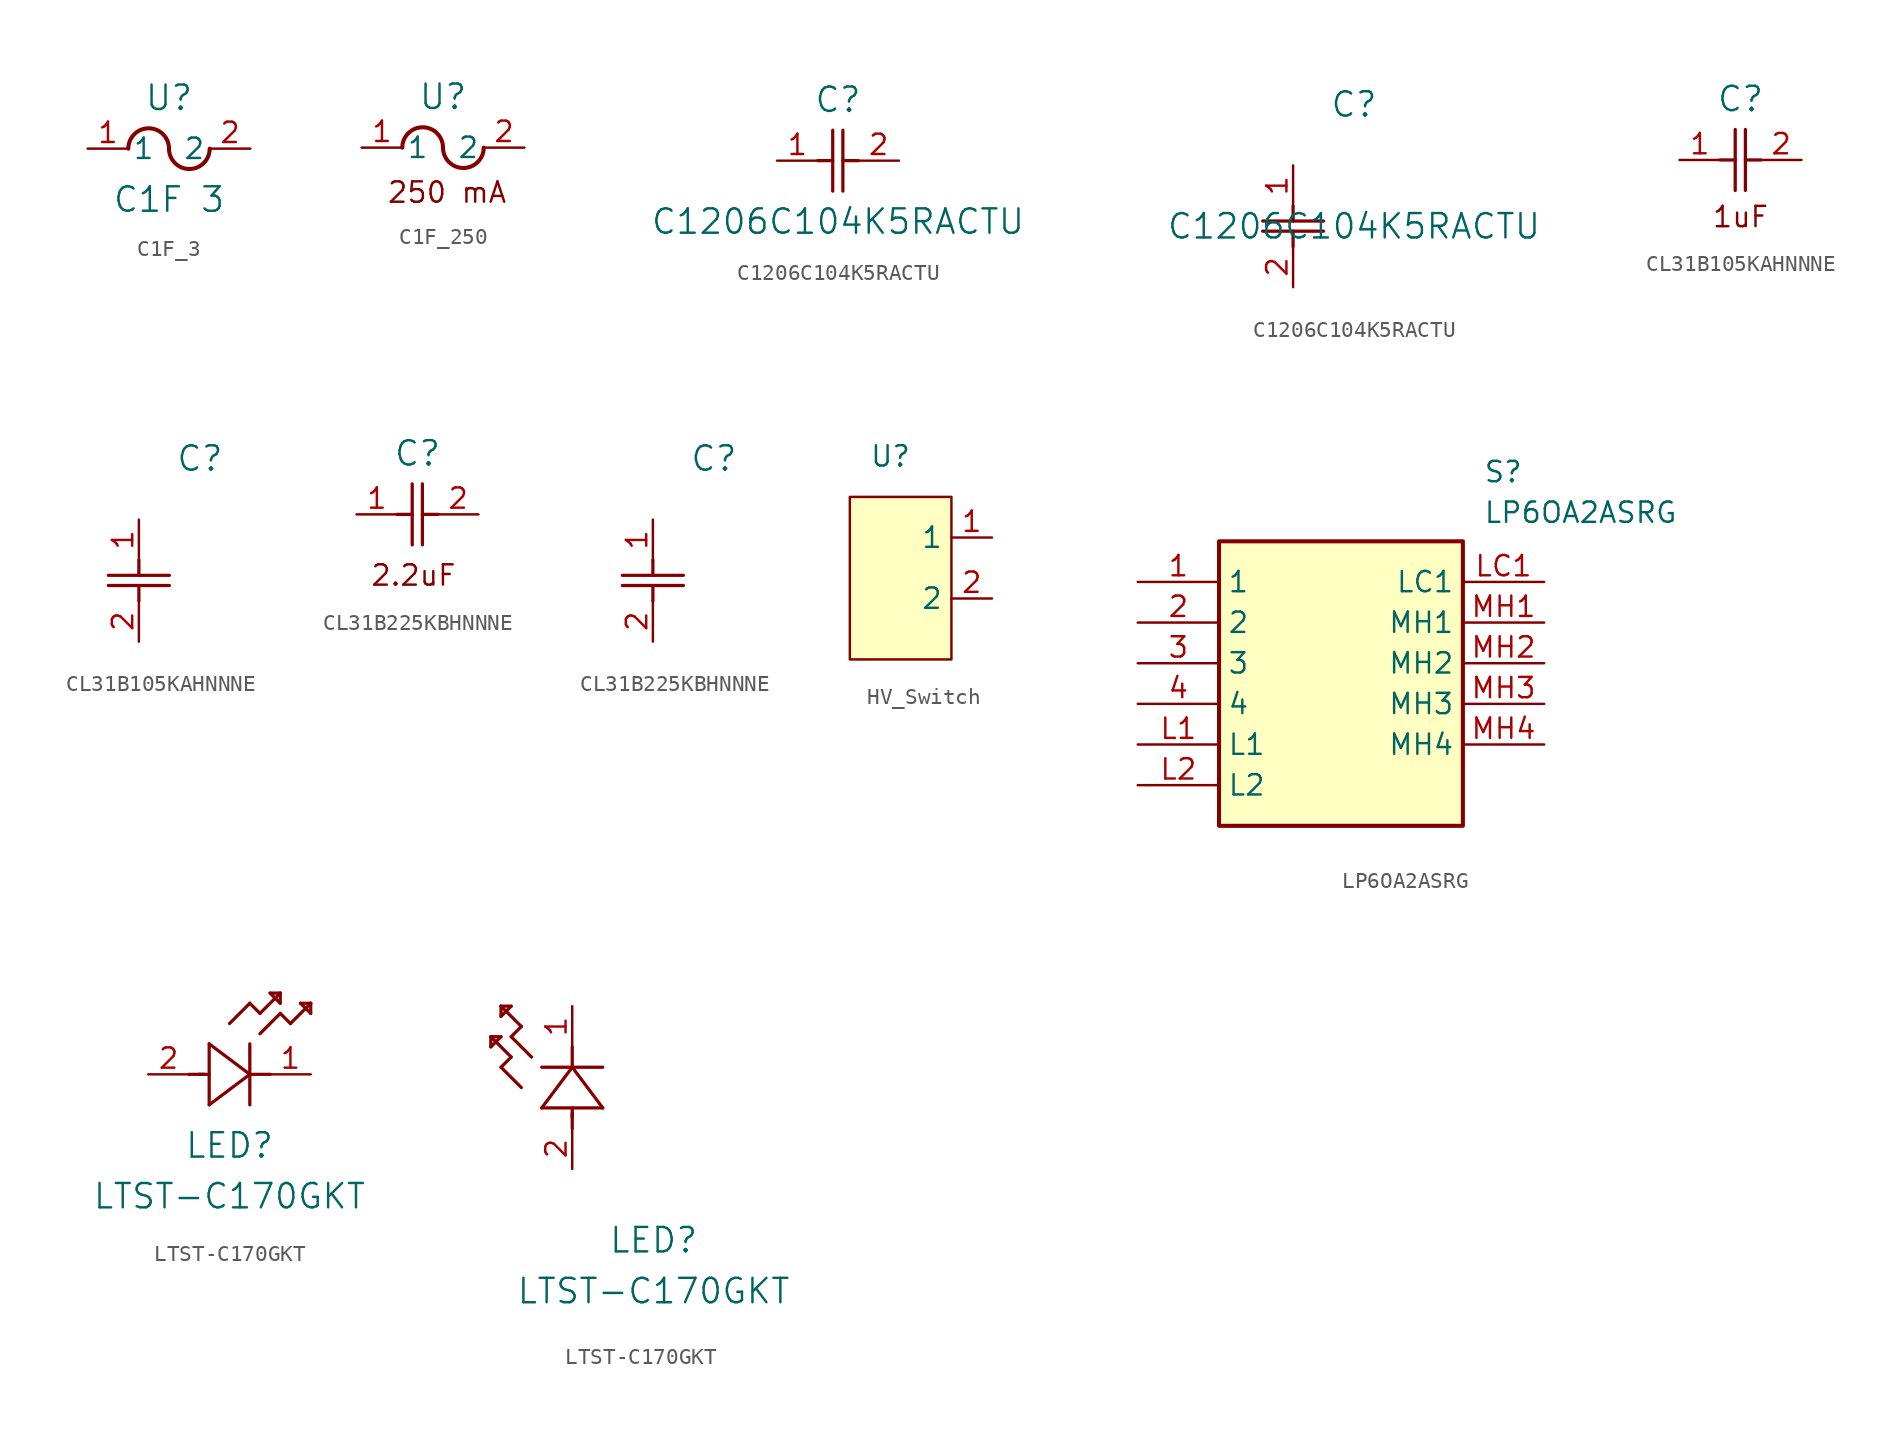
<source format=kicad_sym>
(kicad_symbol_lib
  (version 20241209)
  (generator "kicad_symbol_editor")
  (generator_version "9.0")
  (symbol "C1F_3"
    (pin_names
      (offset 0.254))
    (property "Reference" "U"
      (at 5.08 3.175 0)
      (effects (font (size 1.524 1.524))))
    (property "Value" "C1F 3"
      (at 5.08 -3.175 0)
      (effects (font (size 1.524 1.524))))
    (property "ki_locked" ""
      (at 0 0 0)
      (effects (font (size 1.27 1.27))))
    (symbol "C1F_3_0_1"
      (arc (start 2.54 0) (mid 3.81 1.2645) (end 5.08 0) (stroke (width 0.254) (type default)) (fill (type none)))
      (arc (start 7.62 0) (mid 6.35 -1.2645) (end 5.08 0) (stroke (width 0.254) (type default)) (fill (type none)))
      (pin unspecified line (at 0 0 0) (length 2.54) (name "1" (effects (font (size 1.27 1.27)))) (number "1" (effects (font (size 1.27 1.27)))))
      (pin unspecified line (at 10.16 0 180) (length 2.54) (name "2" (effects (font (size 1.27 1.27)))) (number "2" (effects (font (size 1.27 1.27)))))))
  (symbol "C1F_250"
    (pin_names
      (offset 0.254))
    (property "Reference" "U"
      (at 5.08 3.175 0)
      (effects (font (size 1.524 1.524))))
    (symbol "C1F_250_0_1"
      (arc (start 2.54 0) (mid 3.81 1.2645) (end 5.08 0) (stroke (width 0.254) (type default)) (fill (type none)))
      (arc (start 7.62 0) (mid 6.35 -1.2645) (end 5.08 0) (stroke (width 0.254) (type default)) (fill (type none)))
      (pin unspecified line (at 0 0 0) (length 2.54) (name "1" (effects (font (size 1.27 1.27)))) (number "1" (effects (font (size 1.27 1.27)))))
      (pin unspecified line (at 10.16 0 180) (length 2.54) (name "2" (effects (font (size 1.27 1.27)))) (number "2" (effects (font (size 1.27 1.27))))))
    (symbol "C1F_250_1_1"
      (text "250 mA" (at 5.334 -2.794 0) (effects (font (size 1.27 1.27))))))
  (symbol "C1206C104K5RACTU"
    (pin_names
      (offset 0.254))
    (property "Reference" "C"
      (at 3.81 3.81 0)
      (effects (font (size 1.524 1.524))))
    (property "Value" "C1206C104K5RACTU"
      (at 3.81 -3.81 0)
      (effects (font (size 1.524 1.524))))
    (symbol "C1206C104K5RACTU_1_1"
      (polyline (pts (xy 2.54 0) (xy 3.48 0)) (stroke (width 0.203) (type default)) (fill (type none)))
      (polyline (pts (xy 3.48 -1.905) (xy 3.48 1.905)) (stroke (width 0.203) (type default)) (fill (type none)))
      (polyline (pts (xy 4.115 0) (xy 5.08 0)) (stroke (width 0.203) (type default)) (fill (type none)))
      (polyline (pts (xy 4.115 -1.905) (xy 4.115 1.905)) (stroke (width 0.203) (type default)) (fill (type none)))
      (pin unspecified line (at 0 0 0) (length 2.54) (name "" (effects (font (size 1.27 1.27)))) (number "1" (effects (font (size 1.27 1.27)))))
      (pin unspecified line (at 7.62 0 180) (length 2.54) (name "" (effects (font (size 1.27 1.27)))) (number "2" (effects (font (size 1.27 1.27))))))
    (symbol "C1206C104K5RACTU_1_2"
      (polyline (pts (xy -1.905 -3.48) (xy 1.905 -3.48)) (stroke (width 0.203) (type default)) (fill (type none)))
      (polyline (pts (xy -1.905 -4.115) (xy 1.905 -4.115)) (stroke (width 0.203) (type default)) (fill (type none)))
      (polyline (pts (xy 0 -2.54) (xy 0 -3.48)) (stroke (width 0.203) (type default)) (fill (type none)))
      (polyline (pts (xy 0 -4.115) (xy 0 -5.08)) (stroke (width 0.203) (type default)) (fill (type none)))
      (pin unspecified line (at 0 0 270) (length 2.54) (name "" (effects (font (size 1.27 1.27)))) (number "1" (effects (font (size 1.27 1.27)))))
      (pin unspecified line (at 0 -7.62 90) (length 2.54) (name "" (effects (font (size 1.27 1.27)))) (number "2" (effects (font (size 1.27 1.27)))))))
  (symbol "CL31B105KAHNNNE"
    (pin_names
      (offset 0.254))
    (property "Reference" "C"
      (at 3.81 3.81 0)
      (effects (font (size 1.524 1.524))))
    (symbol "CL31B105KAHNNNE_1_1"
      (polyline (pts (xy 2.54 0) (xy 3.48 0)) (stroke (width 0.203) (type default)) (fill (type none)))
      (polyline (pts (xy 3.48 -1.905) (xy 3.48 1.905)) (stroke (width 0.203) (type default)) (fill (type none)))
      (polyline (pts (xy 4.115 0) (xy 5.08 0)) (stroke (width 0.203) (type default)) (fill (type none)))
      (polyline (pts (xy 4.115 -1.905) (xy 4.115 1.905)) (stroke (width 0.203) (type default)) (fill (type none)))
      (text "1uF\n" (at 3.81 -3.556 0) (effects (font (size 1.27 1.27))))
      (pin unspecified line (at 0 0 0) (length 2.54) (name "" (effects (font (size 1.27 1.27)))) (number "1" (effects (font (size 1.27 1.27)))))
      (pin unspecified line (at 7.62 0 180) (length 2.54) (name "" (effects (font (size 1.27 1.27)))) (number "2" (effects (font (size 1.27 1.27))))))
    (symbol "CL31B105KAHNNNE_1_2"
      (polyline (pts (xy -1.905 -3.48) (xy 1.905 -3.48)) (stroke (width 0.203) (type default)) (fill (type none)))
      (polyline (pts (xy -1.905 -4.115) (xy 1.905 -4.115)) (stroke (width 0.203) (type default)) (fill (type none)))
      (polyline (pts (xy 0 -2.54) (xy 0 -3.48)) (stroke (width 0.203) (type default)) (fill (type none)))
      (polyline (pts (xy 0 -4.115) (xy 0 -5.08)) (stroke (width 0.203) (type default)) (fill (type none)))
      (pin unspecified line (at 0 0 270) (length 2.54) (name "" (effects (font (size 1.27 1.27)))) (number "1" (effects (font (size 1.27 1.27)))))
      (pin unspecified line (at 0 -7.62 90) (length 2.54) (name "" (effects (font (size 1.27 1.27)))) (number "2" (effects (font (size 1.27 1.27)))))))
  (symbol "CL31B225KBHNNNE"
    (pin_names
      (offset 0.254))
    (property "Reference" "C"
      (at 3.81 3.81 0)
      (effects (font (size 1.524 1.524))))
    (property "ki_locked" ""
      (at 0 0 0)
      (effects (font (size 1.27 1.27))))
    (symbol "CL31B225KBHNNNE_1_1"
      (polyline (pts (xy 2.54 0) (xy 3.48 0)) (stroke (width 0.203) (type default)) (fill (type none)))
      (polyline (pts (xy 3.48 -1.905) (xy 3.48 1.905)) (stroke (width 0.203) (type default)) (fill (type none)))
      (polyline (pts (xy 4.115 0) (xy 5.08 0)) (stroke (width 0.203) (type default)) (fill (type none)))
      (polyline (pts (xy 4.115 -1.905) (xy 4.115 1.905)) (stroke (width 0.203) (type default)) (fill (type none)))
      (text "2.2uF" (at 3.556 -3.81 0) (effects (font (size 1.27 1.27))))
      (pin unspecified line (at 0 0 0) (length 2.54) (name "" (effects (font (size 1.27 1.27)))) (number "1" (effects (font (size 1.27 1.27)))))
      (pin unspecified line (at 7.62 0 180) (length 2.54) (name "" (effects (font (size 1.27 1.27)))) (number "2" (effects (font (size 1.27 1.27))))))
    (symbol "CL31B225KBHNNNE_1_2"
      (polyline (pts (xy -1.905 -3.48) (xy 1.905 -3.48)) (stroke (width 0.203) (type default)) (fill (type none)))
      (polyline (pts (xy -1.905 -4.115) (xy 1.905 -4.115)) (stroke (width 0.203) (type default)) (fill (type none)))
      (polyline (pts (xy 0 -2.54) (xy 0 -3.48)) (stroke (width 0.203) (type default)) (fill (type none)))
      (polyline (pts (xy 0 -4.115) (xy 0 -5.08)) (stroke (width 0.203) (type default)) (fill (type none)))
      (pin unspecified line (at 0 0 270) (length 2.54) (name "" (effects (font (size 1.27 1.27)))) (number "1" (effects (font (size 1.27 1.27)))))
      (pin unspecified line (at 0 -7.62 90) (length 2.54) (name "" (effects (font (size 1.27 1.27)))) (number "2" (effects (font (size 1.27 1.27)))))))
  (symbol "HV_Switch"
    (property "Reference" "U"
      (at 0 0 0)
      (effects (font (size 1.27 1.27))))
    (property "Value" ""
      (at 0 0 0)
      (effects (font (size 1.27 1.27))))
    (symbol "HV_Switch_0_1"
      (rectangle (start -2.54 -2.54) (end 3.81 -12.7) (stroke (width 0) (type default)) (fill (type background))))
    (symbol "HV_Switch_1_1"
      (pin passive line (at 6.35 -5.08 180) (length 2.54) (name "1" (effects (font (size 1.27 1.27)))) (number "1" (effects (font (size 1.27 1.27)))))
      (pin passive line (at 6.35 -8.89 180) (length 2.54) (name "2" (effects (font (size 1.27 1.27)))) (number "2" (effects (font (size 1.27 1.27)))))))
  (symbol "LP6OA2ASRG"
    (property "Reference" "S"
      (at 21.59 7.62 0)
      (effects (font (size 1.27 1.27)) (justify left top)))
    (property "Value" "LP6OA2ASRG"
      (at 21.59 5.08 0)
      (effects (font (size 1.27 1.27)) (justify left top)))
    (symbol "LP6OA2ASRG_1_1"
      (rectangle (start 5.08 2.54) (end 20.32 -15.24) (stroke (width 0.254) (type default)) (fill (type background)))
      (pin passive line (at 0 0 0) (length 5.08) (name "1" (effects (font (size 1.27 1.27)))) (number "1" (effects (font (size 1.27 1.27)))))
      (pin passive line (at 0 -2.54 0) (length 5.08) (name "2" (effects (font (size 1.27 1.27)))) (number "2" (effects (font (size 1.27 1.27)))))
      (pin passive line (at 0 -5.08 0) (length 5.08) (name "3" (effects (font (size 1.27 1.27)))) (number "3" (effects (font (size 1.27 1.27)))))
      (pin passive line (at 0 -7.62 0) (length 5.08) (name "4" (effects (font (size 1.27 1.27)))) (number "4" (effects (font (size 1.27 1.27)))))
      (pin passive line (at 0 -10.16 0) (length 5.08) (name "L1" (effects (font (size 1.27 1.27)))) (number "L1" (effects (font (size 1.27 1.27)))))
      (pin passive line (at 0 -12.7 0) (length 5.08) (name "L2" (effects (font (size 1.27 1.27)))) (number "L2" (effects (font (size 1.27 1.27)))))
      (pin passive line (at 25.4 0 180) (length 5.08) (name "LC1" (effects (font (size 1.27 1.27)))) (number "LC1" (effects (font (size 1.27 1.27)))))
      (pin passive line (at 25.4 -2.54 180) (length 5.08) (name "MH1" (effects (font (size 1.27 1.27)))) (number "MH1" (effects (font (size 1.27 1.27)))))
      (pin passive line (at 25.4 -5.08 180) (length 5.08) (name "MH2" (effects (font (size 1.27 1.27)))) (number "MH2" (effects (font (size 1.27 1.27)))))
      (pin passive line (at 25.4 -7.62 180) (length 5.08) (name "MH3" (effects (font (size 1.27 1.27)))) (number "MH3" (effects (font (size 1.27 1.27)))))
      (pin passive line (at 25.4 -10.16 180) (length 5.08) (name "MH4" (effects (font (size 1.27 1.27)))) (number "MH4" (effects (font (size 1.27 1.27)))))))
  (symbol "LTST-C170GKT"
    (pin_names
      (offset 0.254))
    (property "Reference" "LED"
      (at 5.08 -4.445 0)
      (effects (font (size 1.524 1.524))))
    (property "Value" "LTST-C170GKT"
      (at 5.08 -7.62 0)
      (effects (font (size 1.524 1.524))))
    (property "ki_locked" ""
      (at 0 0 0)
      (effects (font (size 1.27 1.27))))
    (symbol "LTST-C170GKT_1_1"
      (polyline (pts (xy 2.54 0) (xy 3.48 0)) (stroke (width 0.203) (type default)) (fill (type none)))
      (polyline (pts (xy 3.175 0) (xy 3.81 0)) (stroke (width 0.203) (type default)) (fill (type none)))
      (polyline (pts (xy 3.81 1.905) (xy 3.81 -1.905)) (stroke (width 0.203) (type default)) (fill (type none)))
      (polyline (pts (xy 3.81 -1.905) (xy 6.35 0)) (stroke (width 0.203) (type default)) (fill (type none)))
      (polyline (pts (xy 5.08 3.175) (xy 6.35 4.445)) (stroke (width 0.203) (type default)) (fill (type none)))
      (polyline (pts (xy 6.35 4.445) (xy 6.985 3.81)) (stroke (width 0.203) (type default)) (fill (type none)))
      (polyline (pts (xy 6.35 0) (xy 3.81 1.905)) (stroke (width 0.203) (type default)) (fill (type none)))
      (polyline (pts (xy 6.35 0) (xy 7.62 0)) (stroke (width 0.203) (type default)) (fill (type none)))
      (polyline (pts (xy 6.35 -1.905) (xy 6.35 1.905)) (stroke (width 0.203) (type default)) (fill (type none)))
      (polyline (pts (xy 6.985 3.81) (xy 8.255 5.08)) (stroke (width 0.203) (type default)) (fill (type none)))
      (polyline (pts (xy 6.985 2.54) (xy 8.255 3.81)) (stroke (width 0.203) (type default)) (fill (type none)))
      (polyline (pts (xy 7.62 5.08) (xy 8.255 4.445)) (stroke (width 0.203) (type default)) (fill (type none)))
      (polyline (pts (xy 8.255 5.08) (xy 7.62 5.08)) (stroke (width 0.203) (type default)) (fill (type none)))
      (polyline (pts (xy 8.255 4.445) (xy 8.255 5.08)) (stroke (width 0.203) (type default)) (fill (type none)))
      (polyline (pts (xy 8.255 3.81) (xy 8.89 3.175)) (stroke (width 0.203) (type default)) (fill (type none)))
      (polyline (pts (xy 8.89 3.175) (xy 10.16 4.445)) (stroke (width 0.203) (type default)) (fill (type none)))
      (polyline (pts (xy 9.525 4.445) (xy 10.16 3.81)) (stroke (width 0.203) (type default)) (fill (type none)))
      (polyline (pts (xy 10.16 4.445) (xy 9.525 4.445)) (stroke (width 0.203) (type default)) (fill (type none)))
      (polyline (pts (xy 10.16 3.81) (xy 10.16 4.445)) (stroke (width 0.203) (type default)) (fill (type none)))
      (pin unspecified line (at 0 0 0) (length 2.54) (name "" (effects (font (size 1.27 1.27)))) (number "2" (effects (font (size 1.27 1.27)))))
      (pin unspecified line (at 10.16 0 180) (length 2.54) (name "" (effects (font (size 1.27 1.27)))) (number "1" (effects (font (size 1.27 1.27))))))
    (symbol "LTST-C170GKT_1_2"
      (polyline (pts (xy -5.08 8.255) (xy -5.08 7.62)) (stroke (width 0.203) (type default)) (fill (type none)))
      (polyline (pts (xy -5.08 7.62) (xy -4.445 8.255)) (stroke (width 0.203) (type default)) (fill (type none)))
      (polyline (pts (xy -4.445 10.16) (xy -4.445 9.525)) (stroke (width 0.203) (type default)) (fill (type none)))
      (polyline (pts (xy -4.445 9.525) (xy -3.81 10.16)) (stroke (width 0.203) (type default)) (fill (type none)))
      (polyline (pts (xy -4.445 8.255) (xy -5.08 8.255)) (stroke (width 0.203) (type default)) (fill (type none)))
      (polyline (pts (xy -4.445 6.35) (xy -3.81 6.985)) (stroke (width 0.203) (type default)) (fill (type none)))
      (polyline (pts (xy -3.81 10.16) (xy -4.445 10.16)) (stroke (width 0.203) (type default)) (fill (type none)))
      (polyline (pts (xy -3.81 8.255) (xy -3.175 8.89)) (stroke (width 0.203) (type default)) (fill (type none)))
      (polyline (pts (xy -3.81 6.985) (xy -5.08 8.255)) (stroke (width 0.203) (type default)) (fill (type none)))
      (polyline (pts (xy -3.175 8.89) (xy -4.445 10.16)) (stroke (width 0.203) (type default)) (fill (type none)))
      (polyline (pts (xy -3.175 5.08) (xy -4.445 6.35)) (stroke (width 0.203) (type default)) (fill (type none)))
      (polyline (pts (xy -2.54 6.985) (xy -3.81 8.255)) (stroke (width 0.203) (type default)) (fill (type none)))
      (polyline (pts (xy -1.905 3.81) (xy 1.905 3.81)) (stroke (width 0.203) (type default)) (fill (type none)))
      (polyline (pts (xy 0 6.35) (xy -1.905 3.81)) (stroke (width 0.203) (type default)) (fill (type none)))
      (polyline (pts (xy 0 6.35) (xy 0 7.62)) (stroke (width 0.203) (type default)) (fill (type none)))
      (polyline (pts (xy 0 3.175) (xy 0 3.81)) (stroke (width 0.203) (type default)) (fill (type none)))
      (polyline (pts (xy 0 2.54) (xy 0 3.48)) (stroke (width 0.203) (type default)) (fill (type none)))
      (polyline (pts (xy 1.905 6.35) (xy -1.905 6.35)) (stroke (width 0.203) (type default)) (fill (type none)))
      (polyline (pts (xy 1.905 3.81) (xy 0 6.35)) (stroke (width 0.203) (type default)) (fill (type none)))
      (pin unspecified line (at 0 10.16 270) (length 2.54) (name "" (effects (font (size 1.27 1.27)))) (number "1" (effects (font (size 1.27 1.27)))))
      (pin unspecified line (at 0 0 90) (length 2.54) (name "" (effects (font (size 1.27 1.27)))) (number "2" (effects (font (size 1.27 1.27))))))))
</source>
